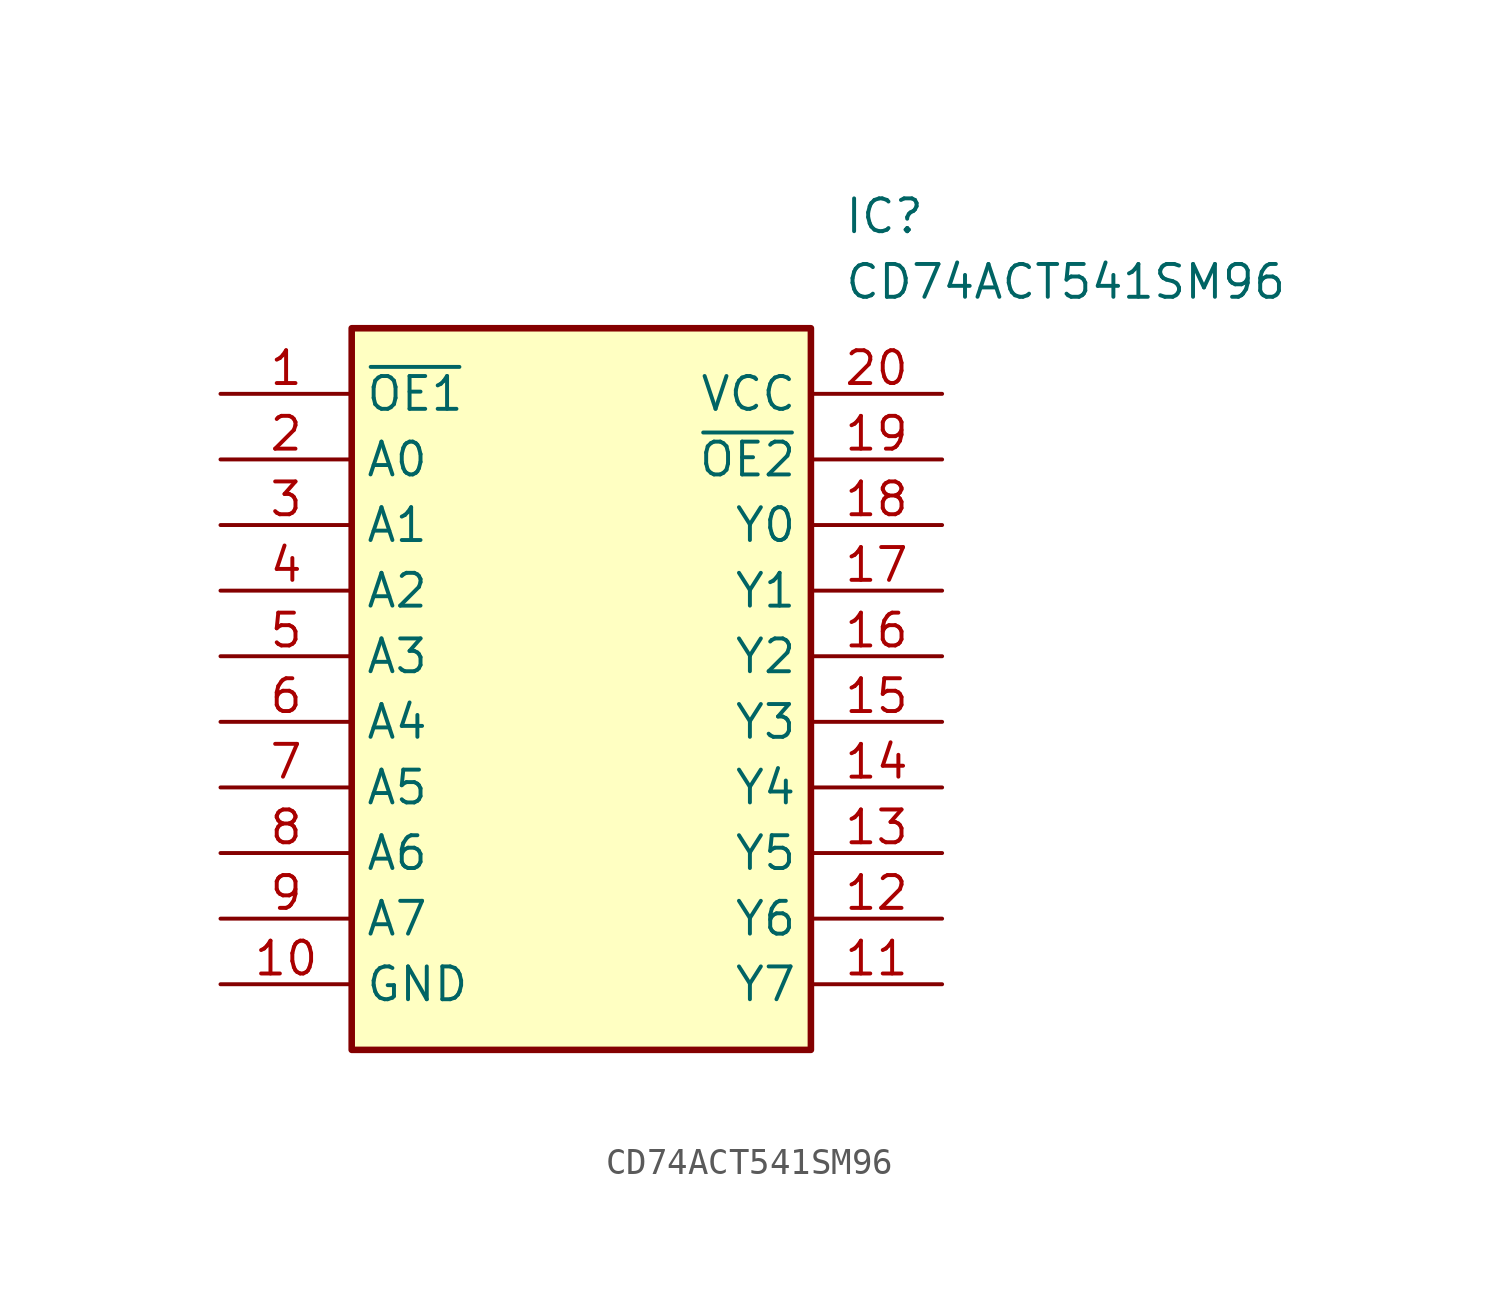
<source format=kicad_sym>
(kicad_symbol_lib
  (version 20211014)
  (generator SamacSys_ECAD_Model)
  (symbol "CD74ACT541SM96"
    (property "Reference" "IC"
      (at 24.13 7.62 0)
      (effects (font (size 1.27 1.27)) (justify left top)))
    (property "Value" "CD74ACT541SM96"
      (at 24.13 5.08 0)
      (effects (font (size 1.27 1.27)) (justify left top)))
    (rectangle
      (start 5.08 2.54)
      (end 22.86 -25.4)
      (stroke (width 0.254) (type default))
      (fill (type background)))
    (pin passive line
      (at 0 0 0)
      (length 5.08)
      (name "~{OE1}" (effects (font (size 1.27 1.27))))
      (number "1" (effects (font (size 1.27 1.27)))))
    (pin passive line
      (at 0 -2.54 0)
      (length 5.08)
      (name "A0" (effects (font (size 1.27 1.27))))
      (number "2" (effects (font (size 1.27 1.27)))))
    (pin passive line
      (at 0 -5.08 0)
      (length 5.08)
      (name "A1" (effects (font (size 1.27 1.27))))
      (number "3" (effects (font (size 1.27 1.27)))))
    (pin passive line
      (at 0 -7.62 0)
      (length 5.08)
      (name "A2" (effects (font (size 1.27 1.27))))
      (number "4" (effects (font (size 1.27 1.27)))))
    (pin passive line
      (at 0 -10.16 0)
      (length 5.08)
      (name "A3" (effects (font (size 1.27 1.27))))
      (number "5" (effects (font (size 1.27 1.27)))))
    (pin passive line
      (at 0 -12.7 0)
      (length 5.08)
      (name "A4" (effects (font (size 1.27 1.27))))
      (number "6" (effects (font (size 1.27 1.27)))))
    (pin passive line
      (at 0 -15.24 0)
      (length 5.08)
      (name "A5" (effects (font (size 1.27 1.27))))
      (number "7" (effects (font (size 1.27 1.27)))))
    (pin passive line
      (at 0 -17.78 0)
      (length 5.08)
      (name "A6" (effects (font (size 1.27 1.27))))
      (number "8" (effects (font (size 1.27 1.27)))))
    (pin passive line
      (at 0 -20.32 0)
      (length 5.08)
      (name "A7" (effects (font (size 1.27 1.27))))
      (number "9" (effects (font (size 1.27 1.27)))))
    (pin passive line
      (at 0 -22.86 0)
      (length 5.08)
      (name "GND" (effects (font (size 1.27 1.27))))
      (number "10" (effects (font (size 1.27 1.27)))))
    (pin passive line
      (at 27.94 0 180)
      (length 5.08)
      (name "VCC" (effects (font (size 1.27 1.27))))
      (number "20" (effects (font (size 1.27 1.27)))))
    (pin passive line
      (at 27.94 -2.54 180)
      (length 5.08)
      (name "~{OE2}" (effects (font (size 1.27 1.27))))
      (number "19" (effects (font (size 1.27 1.27)))))
    (pin passive line
      (at 27.94 -5.08 180)
      (length 5.08)
      (name "Y0" (effects (font (size 1.27 1.27))))
      (number "18" (effects (font (size 1.27 1.27)))))
    (pin passive line
      (at 27.94 -7.62 180)
      (length 5.08)
      (name "Y1" (effects (font (size 1.27 1.27))))
      (number "17" (effects (font (size 1.27 1.27)))))
    (pin passive line
      (at 27.94 -10.16 180)
      (length 5.08)
      (name "Y2" (effects (font (size 1.27 1.27))))
      (number "16" (effects (font (size 1.27 1.27)))))
    (pin passive line
      (at 27.94 -12.7 180)
      (length 5.08)
      (name "Y3" (effects (font (size 1.27 1.27))))
      (number "15" (effects (font (size 1.27 1.27)))))
    (pin passive line
      (at 27.94 -15.24 180)
      (length 5.08)
      (name "Y4" (effects (font (size 1.27 1.27))))
      (number "14" (effects (font (size 1.27 1.27)))))
    (pin passive line
      (at 27.94 -17.78 180)
      (length 5.08)
      (name "Y5" (effects (font (size 1.27 1.27))))
      (number "13" (effects (font (size 1.27 1.27)))))
    (pin passive line
      (at 27.94 -20.32 180)
      (length 5.08)
      (name "Y6" (effects (font (size 1.27 1.27))))
      (number "12" (effects (font (size 1.27 1.27)))))
    (pin passive line
      (at 27.94 -22.86 180)
      (length 5.08)
      (name "Y7" (effects (font (size 1.27 1.27))))
      (number "11" (effects (font (size 1.27 1.27)))))))
</source>
